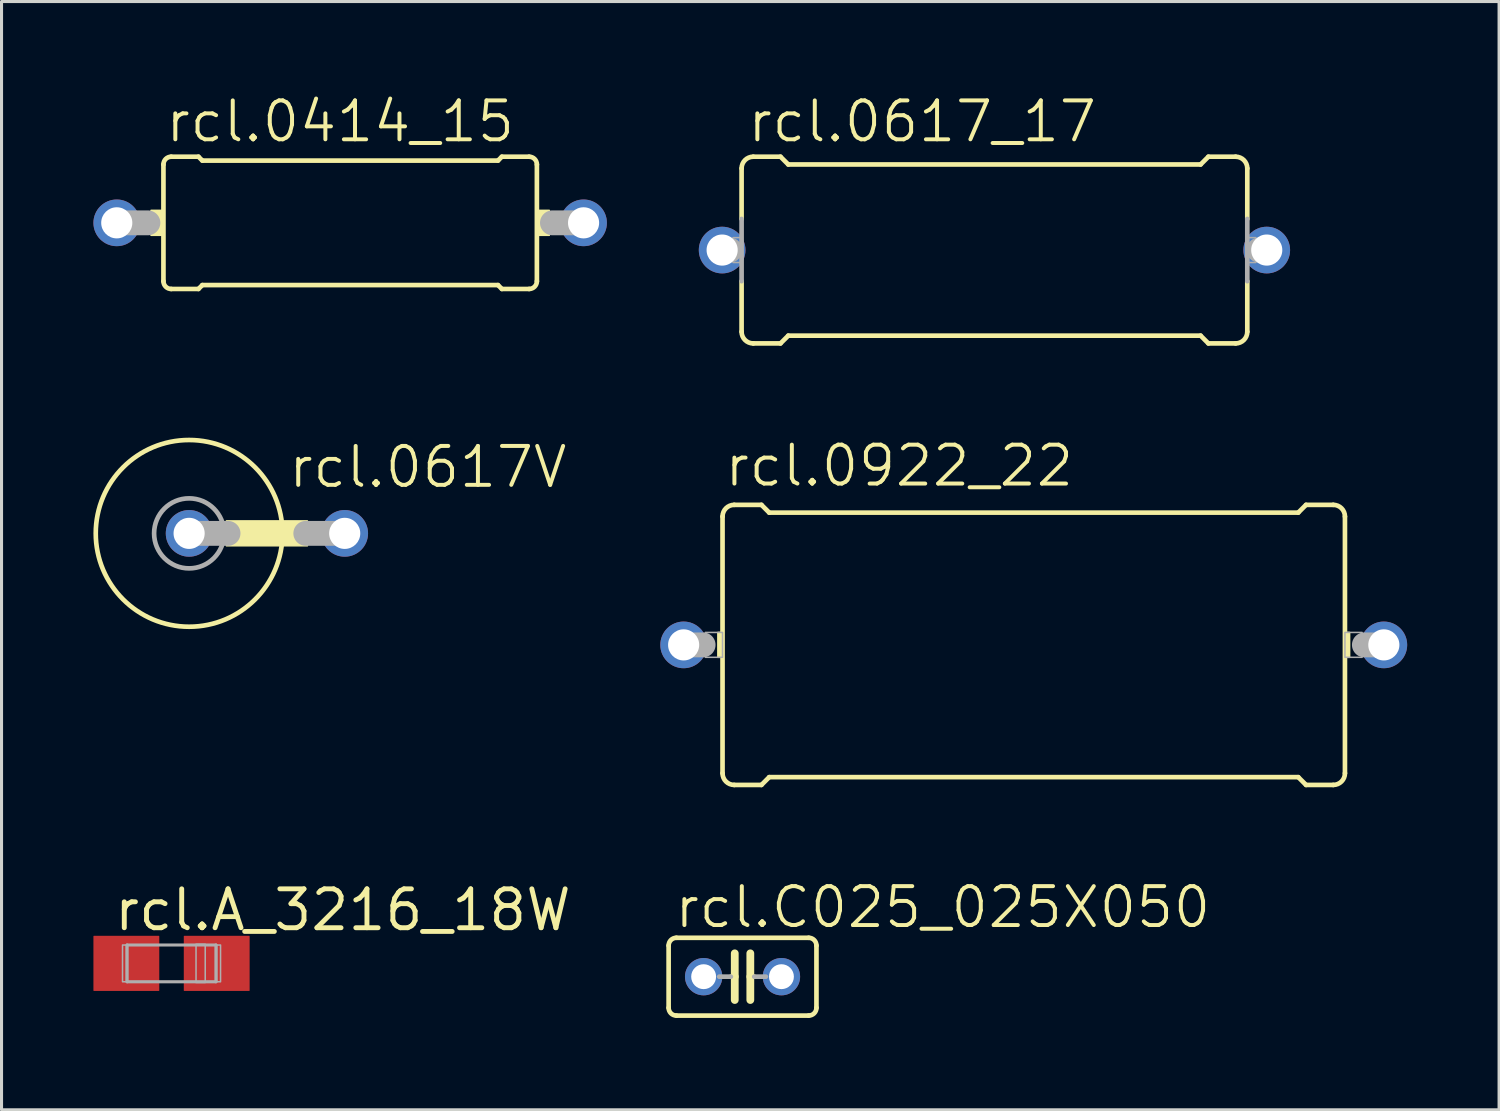
<source format=kicad_pcb>
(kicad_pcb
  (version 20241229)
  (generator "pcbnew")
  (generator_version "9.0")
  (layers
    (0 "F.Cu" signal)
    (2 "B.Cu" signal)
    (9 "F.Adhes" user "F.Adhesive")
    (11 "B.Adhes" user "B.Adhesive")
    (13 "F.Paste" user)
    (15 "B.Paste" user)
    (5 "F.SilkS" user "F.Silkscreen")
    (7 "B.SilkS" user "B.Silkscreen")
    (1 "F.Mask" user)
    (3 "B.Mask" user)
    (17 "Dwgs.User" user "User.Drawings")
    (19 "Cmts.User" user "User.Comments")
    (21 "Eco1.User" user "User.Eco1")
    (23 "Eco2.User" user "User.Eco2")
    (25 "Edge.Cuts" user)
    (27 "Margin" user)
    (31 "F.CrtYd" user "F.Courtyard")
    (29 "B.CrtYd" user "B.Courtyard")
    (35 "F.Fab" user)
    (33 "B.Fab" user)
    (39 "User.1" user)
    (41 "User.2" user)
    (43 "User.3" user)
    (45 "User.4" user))
  (footprint "rcl.0922_22"
    (layer "F.Cu")
    (at 30.699 18.004)
    (property "Reference" "rcl.0922_22" (at -10.16 -5.105 0) (layer "F.SilkS") (effects (font (size 1.27 1.27) (thickness 0.13)) (justify left bottom)))
    (attr through_hole)
    (fp_line (start -10.16 4.191) (end -10.16 -4.191) (stroke (width 0.152) (type default)) (layer "F.SilkS"))
    (fp_line (start -9.779 -4.572) (end -8.89 -4.572) (stroke (width 0.152) (type default)) (layer "F.SilkS"))
    (fp_line (start -9.779 4.572) (end -8.89 4.572) (stroke (width 0.152) (type default)) (layer "F.SilkS"))
    (fp_line (start -8.636 -4.318) (end -8.89 -4.572) (stroke (width 0.152) (type default)) (layer "F.SilkS"))
    (fp_line (start -8.636 4.318) (end -8.89 4.572) (stroke (width 0.152) (type default)) (layer "F.SilkS"))
    (fp_line (start 8.636 -4.318) (end -8.636 -4.318) (stroke (width 0.152) (type default)) (layer "F.SilkS"))
    (fp_line (start 8.636 -4.318) (end 8.89 -4.572) (stroke (width 0.152) (type default)) (layer "F.SilkS"))
    (fp_line (start 8.636 4.318) (end -8.636 4.318) (stroke (width 0.152) (type default)) (layer "F.SilkS"))
    (fp_line (start 8.636 4.318) (end 8.89 4.572) (stroke (width 0.152) (type default)) (layer "F.SilkS"))
    (fp_line (start 9.779 -4.572) (end 8.89 -4.572) (stroke (width 0.152) (type default)) (layer "F.SilkS"))
    (fp_line (start 9.779 4.572) (end 8.89 4.572) (stroke (width 0.152) (type default)) (layer "F.SilkS"))
    (fp_line (start 10.16 4.191) (end 10.16 -4.191) (stroke (width 0.152) (type default)) (layer "F.SilkS"))
    (fp_rect (start -10.312 0.406) (end -10.16 -0.406) (stroke (width 0.05) (type default)) (fill yes) (layer "F.SilkS"))
    (fp_rect (start 10.16 0.406) (end 10.312 -0.406) (stroke (width 0.05) (type default)) (fill yes) (layer "F.SilkS"))
    (fp_arc (start -10.16 -4.191) (mid -10.048408 -4.460408) (end -9.779 -4.572) (stroke (width 0.1524) (type default)) (layer "F.SilkS"))
    (fp_arc (start -9.779 4.572) (mid -10.048408 4.460408) (end -10.16 4.191) (stroke (width 0.1524) (type default)) (layer "F.SilkS"))
    (fp_arc (start 9.779 -4.572) (mid 10.048408 -4.460408) (end 10.16 -4.191) (stroke (width 0.1524) (type default)) (layer "F.SilkS"))
    (fp_arc (start 10.16 4.191) (mid 10.048408 4.460408) (end 9.779 4.572) (stroke (width 0.1524) (type default)) (layer "F.SilkS"))
    (fp_line (start -11.43 0) (end -10.795 0) (stroke (width 0.813) (type default)) (layer "F.Fab"))
    (fp_line (start 11.43 0) (end 10.795 0) (stroke (width 0.813) (type default)) (layer "F.Fab"))
    (fp_rect (start -10.719 0.406) (end -10.16 -0.406) (stroke (width 0.05) (type default)) (fill no) (layer "F.Fab"))
    (fp_rect (start 10.16 0.406) (end 10.719 -0.406) (stroke (width 0.05) (type default)) (fill no) (layer "F.Fab"))
    (pad "1" thru_hole circle (at -11.43 0) (size 1.524 1.524) (drill 1.016) (layers "*.Cu" "*.Mask"))
    (pad "2" thru_hole circle (at 11.43 0) (size 1.524 1.524) (drill 1.016) (layers "*.Cu" "*.Mask")))
  (footprint "rcl.C025_025X050"
    (layer "F.Cu")
    (at 21.192 28.836)
    (property "Reference" "rcl.C025_025X050" (at -2.286 -1.524 0) (layer "F.SilkS") (effects (font (size 1.27 1.27) (thickness 0.13)) (justify left bottom)))
    (attr through_hole)
    (fp_line (start -2.413 -1.016) (end -2.413 1.016) (stroke (width 0.152) (type default)) (layer "F.SilkS"))
    (fp_line (start -2.159 -1.27) (end 2.159 -1.27) (stroke (width 0.152) (type default)) (layer "F.SilkS"))
    (fp_line (start -0.254 -0.762) (end -0.254 0) (stroke (width 0.254) (type default)) (layer "F.SilkS"))
    (fp_line (start -0.254 0) (end -0.381 0) (stroke (width 0.152) (type default)) (layer "F.SilkS"))
    (fp_line (start -0.254 0) (end -0.254 0.762) (stroke (width 0.254) (type default)) (layer "F.SilkS"))
    (fp_line (start 0.254 0) (end 0.254 -0.762) (stroke (width 0.254) (type default)) (layer "F.SilkS"))
    (fp_line (start 0.254 0) (end 0.254 0.762) (stroke (width 0.254) (type default)) (layer "F.SilkS"))
    (fp_line (start 0.381 0) (end 0.254 0) (stroke (width 0.152) (type default)) (layer "F.SilkS"))
    (fp_line (start 2.159 1.27) (end -2.159 1.27) (stroke (width 0.152) (type default)) (layer "F.SilkS"))
    (fp_line (start 2.413 -1.016) (end 2.413 1.016) (stroke (width 0.152) (type default)) (layer "F.SilkS"))
    (fp_arc (start -2.413 -1.016) (mid -2.338605 -1.195605) (end -2.159 -1.27) (stroke (width 0.1524) (type default)) (layer "F.SilkS"))
    (fp_arc (start -2.159 1.27) (mid -2.338605 1.195605) (end -2.413 1.016) (stroke (width 0.1524) (type default)) (layer "F.SilkS"))
    (fp_arc (start 2.159 -1.27) (mid 2.338605 -1.195605) (end 2.413 -1.016) (stroke (width 0.1524) (type default)) (layer "F.SilkS"))
    (fp_arc (start 2.413 1.016) (mid 2.338605 1.195605) (end 2.159 1.27) (stroke (width 0.1524) (type default)) (layer "F.SilkS"))
    (fp_line (start -0.381 0) (end -0.762 0) (stroke (width 0.152) (type default)) (layer "F.Fab"))
    (fp_line (start 0.762 0) (end 0.381 0) (stroke (width 0.152) (type default)) (layer "F.Fab"))
    (pad "1" thru_hole circle (at -1.27 0) (size 1.219 1.219) (drill 0.813) (layers "*.Cu" "*.Mask"))
    (pad "2" thru_hole circle (at 1.27 0) (size 1.219 1.219) (drill 0.813) (layers "*.Cu" "*.Mask")))
  (footprint "rcl.A_3216_18W"
    (layer "F.Cu")
    (at 2.55 28.402)
    (property "Reference" "rcl.A_3216_18W" (at -1.95 -1 0) (layer "F.SilkS") (effects (font (size 1.27 1.27) (thickness 0.16)) (justify left bottom)))
    (attr smd)
    (fp_line (start -1.45 -0.6) (end 1.45 -0.6) (stroke (width 0.102) (type default)) (layer "F.Fab"))
    (fp_line (start -1.45 0.6) (end -1.45 -0.6) (stroke (width 0.102) (type default)) (layer "F.Fab"))
    (fp_line (start 1.45 -0.6) (end 1.45 0.6) (stroke (width 0.102) (type default)) (layer "F.Fab"))
    (fp_line (start 1.45 0.6) (end -1.45 0.6) (stroke (width 0.102) (type default)) (layer "F.Fab"))
    (fp_rect (start -1.6 0.6) (end -1.475 -0.6) (stroke (width 0.05) (type default)) (fill no) (layer "F.Fab"))
    (fp_rect (start 0.8 0.625) (end 1.1 -0.625) (stroke (width 0.05) (type default)) (fill no) (layer "F.Fab"))
    (fp_rect (start 1.475 0.6) (end 1.6 -0.6) (stroke (width 0.05) (type default)) (fill no) (layer "F.Fab"))
    (pad "+" smd roundrect (at 1.475 0) (size 2.15 1.8) (layers "F.Cu" "F.Mask" "F.Paste") (roundrect_rratio 0.01))
    (pad "-" smd roundrect (at -1.475 0) (size 2.15 1.8) (layers "F.Cu" "F.Mask" "F.Paste") (roundrect_rratio 0.01)))
  (footprint "rcl.0617_17"
    (layer "F.Cu")
    (at 29.416 5.114)
    (property "Reference" "rcl.0617_17" (at -8.128 -3.454 0) (layer "F.SilkS") (effects (font (size 1.27 1.27) (thickness 0.13)) (justify left bottom)))
    (attr through_hole)
    (fp_line (start -8.255 -1.016) (end -8.255 -2.667) (stroke (width 0.152) (type default)) (layer "F.SilkS"))
    (fp_line (start -8.255 2.667) (end -8.255 1.016) (stroke (width 0.152) (type default)) (layer "F.SilkS"))
    (fp_line (start -7.874 -3.048) (end -6.985 -3.048) (stroke (width 0.152) (type default)) (layer "F.SilkS"))
    (fp_line (start -7.874 3.048) (end -6.985 3.048) (stroke (width 0.152) (type default)) (layer "F.SilkS"))
    (fp_line (start -6.731 -2.794) (end -6.985 -3.048) (stroke (width 0.152) (type default)) (layer "F.SilkS"))
    (fp_line (start -6.731 2.794) (end -6.985 3.048) (stroke (width 0.152) (type default)) (layer "F.SilkS"))
    (fp_line (start 6.731 -2.794) (end -6.731 -2.794) (stroke (width 0.152) (type default)) (layer "F.SilkS"))
    (fp_line (start 6.731 -2.794) (end 6.985 -3.048) (stroke (width 0.152) (type default)) (layer "F.SilkS"))
    (fp_line (start 6.731 2.794) (end -6.731 2.794) (stroke (width 0.152) (type default)) (layer "F.SilkS"))
    (fp_line (start 6.731 2.794) (end 6.985 3.048) (stroke (width 0.152) (type default)) (layer "F.SilkS"))
    (fp_line (start 7.874 -3.048) (end 6.985 -3.048) (stroke (width 0.152) (type default)) (layer "F.SilkS"))
    (fp_line (start 7.874 3.048) (end 6.985 3.048) (stroke (width 0.152) (type default)) (layer "F.SilkS"))
    (fp_line (start 8.255 -1.016) (end 8.255 -2.667) (stroke (width 0.152) (type default)) (layer "F.SilkS"))
    (fp_line (start 8.255 2.667) (end 8.255 1.016) (stroke (width 0.152) (type default)) (layer "F.SilkS"))
    (fp_arc (start -8.255 -2.667) (mid -8.143408 -2.936408) (end -7.874 -3.048) (stroke (width 0.1524) (type default)) (layer "F.SilkS"))
    (fp_arc (start -7.874 3.048) (mid -8.143408 2.936408) (end -8.255 2.667) (stroke (width 0.1524) (type default)) (layer "F.SilkS"))
    (fp_arc (start 7.874 -3.048) (mid 8.143408 -2.936408) (end 8.255 -2.667) (stroke (width 0.1524) (type default)) (layer "F.SilkS"))
    (fp_arc (start 8.255 2.667) (mid 8.143408 2.936408) (end 7.874 3.048) (stroke (width 0.1524) (type default)) (layer "F.SilkS"))
    (fp_line (start -8.89 0) (end -8.636 0) (stroke (width 0.813) (type default)) (layer "F.Fab"))
    (fp_line (start -8.255 -1.016) (end -8.255 1.016) (stroke (width 0.152) (type default)) (layer "F.Fab"))
    (fp_line (start 8.255 -1.016) (end 8.255 1.016) (stroke (width 0.152) (type default)) (layer "F.Fab"))
    (fp_line (start 8.636 0) (end 8.89 0) (stroke (width 0.813) (type default)) (layer "F.Fab"))
    (fp_rect (start -8.534 0.406) (end -8.23 -0.406) (stroke (width 0.05) (type default)) (fill no) (layer "F.Fab"))
    (fp_rect (start 8.23 0.406) (end 8.534 -0.406) (stroke (width 0.05) (type default)) (fill no) (layer "F.Fab"))
    (pad "1" thru_hole circle (at -8.89 0) (size 1.524 1.524) (drill 1.016) (layers "*.Cu" "*.Mask"))
    (pad "2" thru_hole circle (at 8.89 0) (size 1.524 1.524) (drill 1.016) (layers "*.Cu" "*.Mask")))
  (footprint "rcl.0414_15"
    (layer "F.Cu")
    (at 8.382 4.225)
    (property "Reference" "rcl.0414_15" (at -6.096 -2.565 0) (layer "F.SilkS") (effects (font (size 1.27 1.27) (thickness 0.13)) (justify left bottom)))
    (attr through_hole)
    (fp_line (start -6.096 1.905) (end -6.096 -1.905) (stroke (width 0.152) (type default)) (layer "F.SilkS"))
    (fp_line (start -5.842 -2.159) (end -4.953 -2.159) (stroke (width 0.152) (type default)) (layer "F.SilkS"))
    (fp_line (start -5.842 2.159) (end -4.953 2.159) (stroke (width 0.152) (type default)) (layer "F.SilkS"))
    (fp_line (start -4.826 -2.032) (end -4.953 -2.159) (stroke (width 0.152) (type default)) (layer "F.SilkS"))
    (fp_line (start -4.826 2.032) (end -4.953 2.159) (stroke (width 0.152) (type default)) (layer "F.SilkS"))
    (fp_line (start 4.826 -2.032) (end -4.826 -2.032) (stroke (width 0.152) (type default)) (layer "F.SilkS"))
    (fp_line (start 4.826 -2.032) (end 4.953 -2.159) (stroke (width 0.152) (type default)) (layer "F.SilkS"))
    (fp_line (start 4.826 2.032) (end -4.826 2.032) (stroke (width 0.152) (type default)) (layer "F.SilkS"))
    (fp_line (start 4.826 2.032) (end 4.953 2.159) (stroke (width 0.152) (type default)) (layer "F.SilkS"))
    (fp_line (start 5.842 -2.159) (end 4.953 -2.159) (stroke (width 0.152) (type default)) (layer "F.SilkS"))
    (fp_line (start 5.842 2.159) (end 4.953 2.159) (stroke (width 0.152) (type default)) (layer "F.SilkS"))
    (fp_line (start 6.096 1.905) (end 6.096 -1.905) (stroke (width 0.152) (type default)) (layer "F.SilkS"))
    (fp_rect (start -6.502 0.406) (end -6.096 -0.406) (stroke (width 0.05) (type default)) (fill yes) (layer "F.SilkS"))
    (fp_rect (start 6.096 0.406) (end 6.502 -0.406) (stroke (width 0.05) (type default)) (fill yes) (layer "F.SilkS"))
    (fp_arc (start -6.096 -1.905) (mid -6.021605 -2.084605) (end -5.842 -2.159) (stroke (width 0.1524) (type default)) (layer "F.SilkS"))
    (fp_arc (start -5.842 2.159) (mid -6.021605 2.084605) (end -6.096 1.905) (stroke (width 0.1524) (type default)) (layer "F.SilkS"))
    (fp_arc (start 5.842 -2.159) (mid 6.021605 -2.084605) (end 6.096 -1.905) (stroke (width 0.1524) (type default)) (layer "F.SilkS"))
    (fp_arc (start 6.096 1.905) (mid 6.021605 2.084605) (end 5.842 2.159) (stroke (width 0.1524) (type default)) (layer "F.SilkS"))
    (fp_line (start -7.62 0) (end -6.604 0) (stroke (width 0.813) (type default)) (layer "F.Fab"))
    (fp_line (start 7.62 0) (end 6.604 0) (stroke (width 0.813) (type default)) (layer "F.Fab"))
    (pad "1" thru_hole circle (at -7.62 0) (size 1.524 1.524) (drill 1.016) (layers "*.Cu" "*.Mask"))
    (pad "2" thru_hole circle (at 7.62 0) (size 1.524 1.524) (drill 1.016) (layers "*.Cu" "*.Mask")))
  (footprint "rcl.0617V"
    (layer "F.Cu")
    (at 5.664 14.363)
    (property "Reference" "rcl.0617V" (at 0.635 -1.422 0) (layer "F.SilkS") (effects (font (size 1.27 1.27) (thickness 0.13)) (justify left bottom)))
    (attr through_hole)
    (fp_rect (start -1.321 0.406) (end 1.321 -0.406) (stroke (width 0.05) (type default)) (fill yes) (layer "F.SilkS"))
    (fp_circle (center -2.54 0) (end 0.508 0) (stroke (width 0.152) (type default)) (fill no) (layer "F.SilkS"))
    (fp_line (start -2.54 0) (end -1.27 0) (stroke (width 0.813) (type default)) (layer "F.Fab"))
    (fp_line (start 1.27 0) (end 2.54 0) (stroke (width 0.813) (type default)) (layer "F.Fab"))
    (fp_circle (center -2.54 0) (end -1.397 0) (stroke (width 0.152) (type default)) (fill no) (layer "F.Fab"))
    (pad "1" thru_hole circle (at -2.54 0) (size 1.524 1.524) (drill 1.016) (layers "*.Cu" "*.Mask"))
    (pad "2" thru_hole circle (at 2.54 0) (size 1.524 1.524) (drill 1.016) (layers "*.Cu" "*.Mask")))
  (gr_rect
    (start -3 -3)
    (end 45.891 33.182)
    (stroke (width 0.1) (type default))
    (fill no)
    (layer "Edge.Cuts")))
</source>
